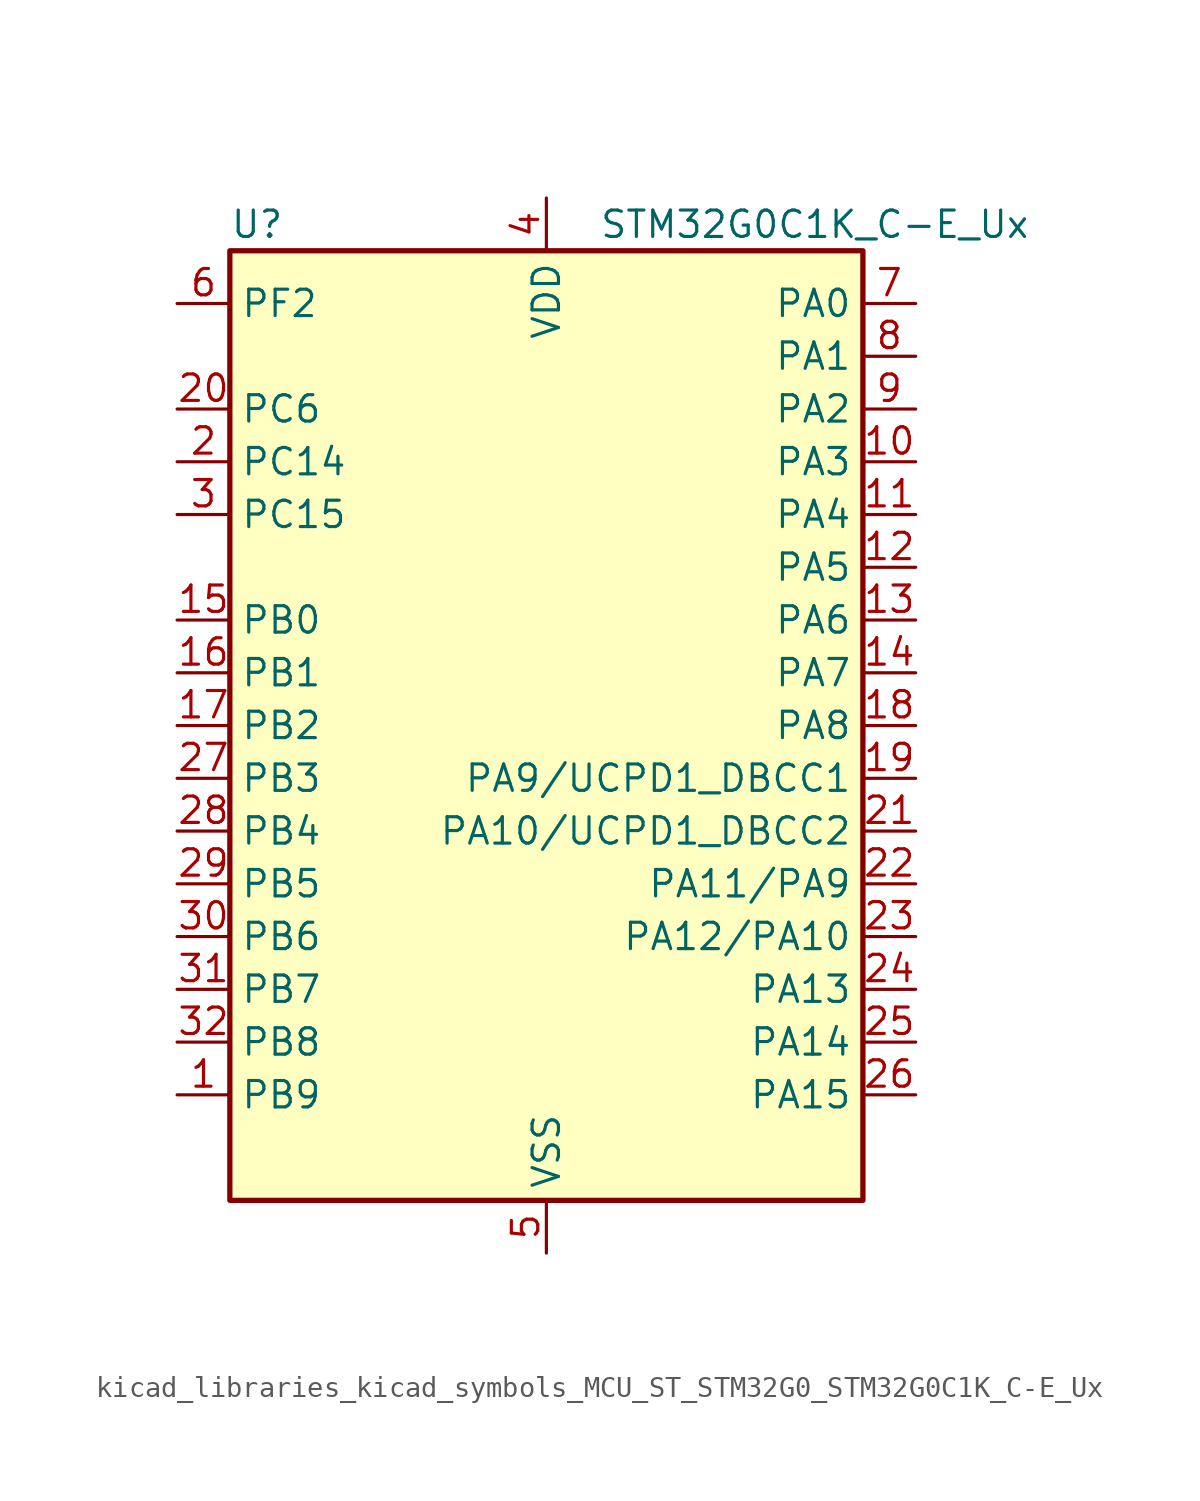
<source format=kicad_sym>
(kicad_symbol_lib
  (version 20220914)
  (generator kicad_symbol_editor)
  (symbol "kicad_libraries_kicad_symbols_MCU_ST_STM32G0_STM32G0C1K_C-E_Ux"
    (property "Reference" "U"
      (at -15.24 24.13 0)
      (effects (font (size 1.27 1.27)) (justify left)))
    (property "Value" "STM32G0C1K_C-E_Ux"
      (at 2.54 24.13 0)
      (effects (font (size 1.27 1.27)) (justify left)))
    (property "ki_locked" ""
      (at 0 0 0)
      (effects (font (size 1.27 1.27))))
    (symbol "kicad_libraries_kicad_symbols_MCU_ST_STM32G0_STM32G0C1K_C-E_Ux_0_1"
      (rectangle (start -15.24 -22.86) (end 15.24 22.86) (stroke (width 0.254) (type default)) (fill (type background))))
    (symbol "kicad_libraries_kicad_symbols_MCU_ST_STM32G0_STM32G0C1K_C-E_Ux_1_1"
      (pin bidirectional line (at -17.78 -17.78 0) (length 2.54) (name "PB9" (effects (font (size 1.27 1.27)))) (number "1" (effects (font (size 1.27 1.27)))) (alternate "DAC1_EXTI9" bidirectional line) (alternate "FDCAN1_TX" bidirectional line) (alternate "I2C1_SDA" bidirectional line) (alternate "I2S2_WS" bidirectional line) (alternate "IR_OUT" bidirectional line) (alternate "SPI2_NSS" bidirectional line) (alternate "TIM17_CH1" bidirectional line) (alternate "TIM4_CH4" bidirectional line) (alternate "USART3_RX" bidirectional line) (alternate "USART6_RX" bidirectional line))
      (pin bidirectional line (at 17.78 12.7 180) (length 2.54) (name "PA3" (effects (font (size 1.27 1.27)))) (number "10" (effects (font (size 1.27 1.27)))) (alternate "ADC1_IN3" bidirectional line) (alternate "COMP2_INP" bidirectional line) (alternate "I2S2_MCK" bidirectional line) (alternate "LPUART1_RX" bidirectional line) (alternate "SPI2_MISO" bidirectional line) (alternate "TIM15_CH2" bidirectional line) (alternate "TIM2_CH4" bidirectional line) (alternate "USART2_RX" bidirectional line))
      (pin bidirectional line (at 17.78 10.16 180) (length 2.54) (name "PA4" (effects (font (size 1.27 1.27)))) (number "11" (effects (font (size 1.27 1.27)))) (alternate "ADC1_IN4" bidirectional line) (alternate "DAC1_OUT1" bidirectional line) (alternate "I2S1_WS" bidirectional line) (alternate "I2S2_SD" bidirectional line) (alternate "LPTIM2_OUT" bidirectional line) (alternate "RTC_OUT1" bidirectional line) (alternate "RTC_TAMP_IN1" bidirectional line) (alternate "RTC_TS" bidirectional line) (alternate "SPI1_NSS" bidirectional line) (alternate "SPI2_MOSI" bidirectional line) (alternate "SPI3_NSS" bidirectional line) (alternate "SYS_WKUP2" bidirectional line) (alternate "TIM14_CH1" bidirectional line) (alternate "USART6_TX" bidirectional line) (alternate "USB_NOE" bidirectional line))
      (pin bidirectional line (at 17.78 7.62 180) (length 2.54) (name "PA5" (effects (font (size 1.27 1.27)))) (number "12" (effects (font (size 1.27 1.27)))) (alternate "ADC1_IN5" bidirectional line) (alternate "CEC" bidirectional line) (alternate "DAC1_OUT2" bidirectional line) (alternate "I2S1_CK" bidirectional line) (alternate "LPTIM2_ETR" bidirectional line) (alternate "SPI1_SCK" bidirectional line) (alternate "TIM2_CH1" bidirectional line) (alternate "TIM2_ETR" bidirectional line) (alternate "UCPD1_FRSTX1" bidirectional line) (alternate "UCPD1_FRSTX2" bidirectional line) (alternate "USART3_TX" bidirectional line) (alternate "USART6_RX" bidirectional line))
      (pin bidirectional line (at 17.78 5.08 180) (length 2.54) (name "PA6" (effects (font (size 1.27 1.27)))) (number "13" (effects (font (size 1.27 1.27)))) (alternate "ADC1_IN6" bidirectional line) (alternate "COMP1_OUT" bidirectional line) (alternate "I2C2_SDA" bidirectional line) (alternate "I2C3_SDA" bidirectional line) (alternate "I2S1_MCK" bidirectional line) (alternate "LPUART1_CTS" bidirectional line) (alternate "SPI1_MISO" bidirectional line) (alternate "TIM16_CH1" bidirectional line) (alternate "TIM1_BK" bidirectional line) (alternate "TIM3_CH1" bidirectional line) (alternate "USART3_CTS" bidirectional line) (alternate "USART3_NSS" bidirectional line) (alternate "USART6_CTS" bidirectional line) (alternate "USART6_NSS" bidirectional line))
      (pin bidirectional line (at 17.78 2.54 180) (length 2.54) (name "PA7" (effects (font (size 1.27 1.27)))) (number "14" (effects (font (size 1.27 1.27)))) (alternate "ADC1_IN7" bidirectional line) (alternate "COMP2_OUT" bidirectional line) (alternate "I2C2_SCL" bidirectional line) (alternate "I2C3_SCL" bidirectional line) (alternate "I2S1_SD" bidirectional line) (alternate "SPI1_MOSI" bidirectional line) (alternate "TIM14_CH1" bidirectional line) (alternate "TIM17_CH1" bidirectional line) (alternate "TIM1_CH1N" bidirectional line) (alternate "TIM3_CH2" bidirectional line) (alternate "UCPD1_FRSTX1" bidirectional line) (alternate "UCPD1_FRSTX2" bidirectional line) (alternate "USART6_CK" bidirectional line) (alternate "USART6_DE" bidirectional line) (alternate "USART6_RTS" bidirectional line))
      (pin bidirectional line (at -17.78 5.08 0) (length 2.54) (name "PB0" (effects (font (size 1.27 1.27)))) (number "15" (effects (font (size 1.27 1.27)))) (alternate "ADC1_IN8" bidirectional line) (alternate "COMP1_OUT" bidirectional line) (alternate "COMP3_INP" bidirectional line) (alternate "FDCAN2_RX" bidirectional line) (alternate "I2S1_WS" bidirectional line) (alternate "LPTIM1_OUT" bidirectional line) (alternate "LPUART2_CTS" bidirectional line) (alternate "SPI1_NSS" bidirectional line) (alternate "TIM1_CH2N" bidirectional line) (alternate "TIM3_CH3" bidirectional line) (alternate "UCPD1_FRSTX1" bidirectional line) (alternate "UCPD1_FRSTX2" bidirectional line) (alternate "USART3_RX" bidirectional line) (alternate "USART5_TX" bidirectional line))
      (pin bidirectional line (at -17.78 2.54 0) (length 2.54) (name "PB1" (effects (font (size 1.27 1.27)))) (number "16" (effects (font (size 1.27 1.27)))) (alternate "ADC1_IN9" bidirectional line) (alternate "COMP1_INM" bidirectional line) (alternate "COMP3_OUT" bidirectional line) (alternate "FDCAN2_TX" bidirectional line) (alternate "LPTIM2_IN1" bidirectional line) (alternate "LPUART1_DE" bidirectional line) (alternate "LPUART1_RTS" bidirectional line) (alternate "LPUART2_DE" bidirectional line) (alternate "LPUART2_RTS" bidirectional line) (alternate "TIM14_CH1" bidirectional line) (alternate "TIM1_CH3N" bidirectional line) (alternate "TIM3_CH4" bidirectional line) (alternate "USART3_CK" bidirectional line) (alternate "USART3_DE" bidirectional line) (alternate "USART3_RTS" bidirectional line) (alternate "USART5_RX" bidirectional line))
      (pin bidirectional line (at -17.78 0 0) (length 2.54) (name "PB2" (effects (font (size 1.27 1.27)))) (number "17" (effects (font (size 1.27 1.27)))) (alternate "ADC1_IN10" bidirectional line) (alternate "COMP1_INP" bidirectional line) (alternate "COMP3_INM" bidirectional line) (alternate "I2S2_MCK" bidirectional line) (alternate "LPTIM1_OUT" bidirectional line) (alternate "RCC_MCO_2" bidirectional line) (alternate "SPI2_MISO" bidirectional line) (alternate "USART3_TX" bidirectional line))
      (pin bidirectional line (at 17.78 0 180) (length 2.54) (name "PA8" (effects (font (size 1.27 1.27)))) (number "18" (effects (font (size 1.27 1.27)))) (alternate "CRS1_SYNC" bidirectional line) (alternate "I2C2_SMBA" bidirectional line) (alternate "I2S2_WS" bidirectional line) (alternate "LPTIM2_OUT" bidirectional line) (alternate "RCC_MCO" bidirectional line) (alternate "SPI2_NSS" bidirectional line) (alternate "TIM1_CH1" bidirectional line) (alternate "UCPD1_CC1" bidirectional line))
      (pin bidirectional line (at 17.78 -2.54 180) (length 2.54) (name "PA9/UCPD1_DBCC1" (effects (font (size 1.27 1.27)))) (number "19" (effects (font (size 1.27 1.27)))) (alternate "DAC1_EXTI9" bidirectional line) (alternate "I2C1_SCL" bidirectional line) (alternate "I2C2_SCL" bidirectional line) (alternate "I2S2_MCK" bidirectional line) (alternate "RCC_MCO" bidirectional line) (alternate "SPI2_MISO" bidirectional line) (alternate "TIM15_BK" bidirectional line) (alternate "TIM1_CH2" bidirectional line) (alternate "UCPD1_DBCC1" bidirectional line) (alternate "USART1_TX" bidirectional line))
      (pin bidirectional line (at -17.78 12.7 0) (length 2.54) (name "PC14" (effects (font (size 1.27 1.27)))) (number "2" (effects (font (size 1.27 1.27)))) (alternate "RCC_OSC32_IN" bidirectional line) (alternate "RCC_OSC_IN" bidirectional line) (alternate "TIM1_BK2" bidirectional line))
      (pin bidirectional line (at -17.78 15.24 0) (length 2.54) (name "PC6" (effects (font (size 1.27 1.27)))) (number "20" (effects (font (size 1.27 1.27)))) (alternate "LPUART2_TX" bidirectional line) (alternate "TIM2_CH3" bidirectional line) (alternate "TIM3_CH1" bidirectional line) (alternate "UCPD1_FRSTX1" bidirectional line) (alternate "UCPD1_FRSTX2" bidirectional line))
      (pin bidirectional line (at 17.78 -5.08 180) (length 2.54) (name "PA10/UCPD1_DBCC2" (effects (font (size 1.27 1.27)))) (number "21" (effects (font (size 1.27 1.27)))) (alternate "I2C1_SDA" bidirectional line) (alternate "I2C2_SDA" bidirectional line) (alternate "I2S2_SD" bidirectional line) (alternate "RCC_MCO_2" bidirectional line) (alternate "SPI2_MOSI" bidirectional line) (alternate "TIM17_BK" bidirectional line) (alternate "TIM1_CH3" bidirectional line) (alternate "UCPD1_DBCC2" bidirectional line) (alternate "USART1_RX" bidirectional line))
      (pin bidirectional line (at 17.78 -7.62 180) (length 2.54) (name "PA11/PA9" (effects (font (size 1.27 1.27)))) (number "22" (effects (font (size 1.27 1.27)))) (alternate "ADC1_EXTI11" bidirectional line) (alternate "COMP1_OUT" bidirectional line) (alternate "FDCAN1_RX" bidirectional line) (alternate "I2C2_SCL" bidirectional line) (alternate "I2S1_MCK" bidirectional line) (alternate "SPI1_MISO" bidirectional line) (alternate "TIM1_BK2" bidirectional line) (alternate "TIM1_CH4" bidirectional line) (alternate "USART1_CTS" bidirectional line) (alternate "USART1_NSS" bidirectional line) (alternate "USB_DM" bidirectional line))
      (pin bidirectional line (at 17.78 -10.16 180) (length 2.54) (name "PA12/PA10" (effects (font (size 1.27 1.27)))) (number "23" (effects (font (size 1.27 1.27)))) (alternate "COMP2_OUT" bidirectional line) (alternate "FDCAN1_TX" bidirectional line) (alternate "I2C2_SDA" bidirectional line) (alternate "I2S1_SD" bidirectional line) (alternate "I2S_CKIN" bidirectional line) (alternate "SPI1_MOSI" bidirectional line) (alternate "TIM1_ETR" bidirectional line) (alternate "USART1_CK" bidirectional line) (alternate "USART1_DE" bidirectional line) (alternate "USART1_RTS" bidirectional line) (alternate "USB_DP" bidirectional line))
      (pin bidirectional line (at 17.78 -12.7 180) (length 2.54) (name "PA13" (effects (font (size 1.27 1.27)))) (number "24" (effects (font (size 1.27 1.27)))) (alternate "IR_OUT" bidirectional line) (alternate "LPUART2_RX" bidirectional line) (alternate "SYS_SWDIO" bidirectional line) (alternate "USB_NOE" bidirectional line))
      (pin bidirectional line (at 17.78 -15.24 180) (length 2.54) (name "PA14" (effects (font (size 1.27 1.27)))) (number "25" (effects (font (size 1.27 1.27)))) (alternate "LPUART2_TX" bidirectional line) (alternate "SYS_SWCLK" bidirectional line) (alternate "USART2_TX" bidirectional line))
      (pin bidirectional line (at 17.78 -17.78 180) (length 2.54) (name "PA15" (effects (font (size 1.27 1.27)))) (number "26" (effects (font (size 1.27 1.27)))) (alternate "I2C2_SMBA" bidirectional line) (alternate "I2S1_WS" bidirectional line) (alternate "RCC_MCO_2" bidirectional line) (alternate "SPI1_NSS" bidirectional line) (alternate "SPI3_NSS" bidirectional line) (alternate "TIM2_CH1" bidirectional line) (alternate "TIM2_ETR" bidirectional line) (alternate "USART2_RX" bidirectional line) (alternate "USART3_CK" bidirectional line) (alternate "USART3_DE" bidirectional line) (alternate "USART3_RTS" bidirectional line) (alternate "USART4_CK" bidirectional line) (alternate "USART4_DE" bidirectional line) (alternate "USART4_RTS" bidirectional line) (alternate "USB_NOE" bidirectional line))
      (pin bidirectional line (at -17.78 -2.54 0) (length 2.54) (name "PB3" (effects (font (size 1.27 1.27)))) (number "27" (effects (font (size 1.27 1.27)))) (alternate "COMP2_INM" bidirectional line) (alternate "I2C2_SCL" bidirectional line) (alternate "I2C3_SCL" bidirectional line) (alternate "I2S1_CK" bidirectional line) (alternate "SPI1_SCK" bidirectional line) (alternate "SPI3_SCK" bidirectional line) (alternate "TIM1_CH2" bidirectional line) (alternate "TIM2_CH2" bidirectional line) (alternate "USART1_CK" bidirectional line) (alternate "USART1_DE" bidirectional line) (alternate "USART1_RTS" bidirectional line) (alternate "USART5_TX" bidirectional line))
      (pin bidirectional line (at -17.78 -5.08 0) (length 2.54) (name "PB4" (effects (font (size 1.27 1.27)))) (number "28" (effects (font (size 1.27 1.27)))) (alternate "COMP2_INP" bidirectional line) (alternate "I2C2_SDA" bidirectional line) (alternate "I2C3_SDA" bidirectional line) (alternate "I2S1_MCK" bidirectional line) (alternate "SPI1_MISO" bidirectional line) (alternate "SPI3_MISO" bidirectional line) (alternate "TIM17_BK" bidirectional line) (alternate "TIM3_CH1" bidirectional line) (alternate "USART1_CTS" bidirectional line) (alternate "USART1_NSS" bidirectional line) (alternate "USART5_RX" bidirectional line))
      (pin bidirectional line (at -17.78 -7.62 0) (length 2.54) (name "PB5" (effects (font (size 1.27 1.27)))) (number "29" (effects (font (size 1.27 1.27)))) (alternate "COMP2_OUT" bidirectional line) (alternate "FDCAN2_RX" bidirectional line) (alternate "I2C1_SMBA" bidirectional line) (alternate "I2S1_SD" bidirectional line) (alternate "LPTIM1_IN1" bidirectional line) (alternate "SPI1_MOSI" bidirectional line) (alternate "SPI3_MOSI" bidirectional line) (alternate "SYS_WKUP6" bidirectional line) (alternate "TIM16_BK" bidirectional line) (alternate "TIM3_CH2" bidirectional line) (alternate "USART5_CK" bidirectional line) (alternate "USART5_DE" bidirectional line) (alternate "USART5_RTS" bidirectional line))
      (pin bidirectional line (at -17.78 10.16 0) (length 2.54) (name "PC15" (effects (font (size 1.27 1.27)))) (number "3" (effects (font (size 1.27 1.27)))) (alternate "RCC_OSC32_EN" bidirectional line) (alternate "RCC_OSC32_OUT" bidirectional line) (alternate "RCC_OSC_EN" bidirectional line) (alternate "TIM15_BK" bidirectional line))
      (pin bidirectional line (at -17.78 -10.16 0) (length 2.54) (name "PB6" (effects (font (size 1.27 1.27)))) (number "30" (effects (font (size 1.27 1.27)))) (alternate "COMP2_INP" bidirectional line) (alternate "FDCAN2_TX" bidirectional line) (alternate "I2C1_SCL" bidirectional line) (alternate "I2S2_MCK" bidirectional line) (alternate "LPTIM1_ETR" bidirectional line) (alternate "LPUART2_TX" bidirectional line) (alternate "SPI2_MISO" bidirectional line) (alternate "TIM16_CH1N" bidirectional line) (alternate "TIM1_CH3" bidirectional line) (alternate "TIM4_CH1" bidirectional line) (alternate "USART1_TX" bidirectional line) (alternate "USART5_CTS" bidirectional line) (alternate "USART5_NSS" bidirectional line))
      (pin bidirectional line (at -17.78 -12.7 0) (length 2.54) (name "PB7" (effects (font (size 1.27 1.27)))) (number "31" (effects (font (size 1.27 1.27)))) (alternate "COMP2_INM" bidirectional line) (alternate "I2C1_SDA" bidirectional line) (alternate "I2S2_SD" bidirectional line) (alternate "LPTIM1_IN2" bidirectional line) (alternate "LPUART2_RX" bidirectional line) (alternate "SPI2_MOSI" bidirectional line) (alternate "SYS_PVD_IN" bidirectional line) (alternate "TIM17_CH1N" bidirectional line) (alternate "TIM4_CH2" bidirectional line) (alternate "USART1_RX" bidirectional line) (alternate "USART4_CTS" bidirectional line) (alternate "USART4_NSS" bidirectional line))
      (pin bidirectional line (at -17.78 -15.24 0) (length 2.54) (name "PB8" (effects (font (size 1.27 1.27)))) (number "32" (effects (font (size 1.27 1.27)))) (alternate "CEC" bidirectional line) (alternate "FDCAN1_RX" bidirectional line) (alternate "I2C1_SCL" bidirectional line) (alternate "I2S2_CK" bidirectional line) (alternate "SPI2_SCK" bidirectional line) (alternate "TIM15_BK" bidirectional line) (alternate "TIM16_CH1" bidirectional line) (alternate "TIM4_CH3" bidirectional line) (alternate "USART3_TX" bidirectional line) (alternate "USART6_TX" bidirectional line))
      (pin passive line (at 0 -25.4 90) (length 2.54) hide (name "VSS" (effects (font (size 1.27 1.27)))) (number "33" (effects (font (size 1.27 1.27)))))
      (pin power_in line (at 0 25.4 270) (length 2.54) (name "VDD" (effects (font (size 1.27 1.27)))) (number "4" (effects (font (size 1.27 1.27)))))
      (pin power_in line (at 0 -25.4 90) (length 2.54) (name "VSS" (effects (font (size 1.27 1.27)))) (number "5" (effects (font (size 1.27 1.27)))))
      (pin bidirectional line (at -17.78 20.32 0) (length 2.54) (name "PF2" (effects (font (size 1.27 1.27)))) (number "6" (effects (font (size 1.27 1.27)))) (alternate "LPUART2_DE" bidirectional line) (alternate "LPUART2_RTS" bidirectional line) (alternate "LPUART2_TX" bidirectional line) (alternate "RCC_MCO" bidirectional line))
      (pin bidirectional line (at 17.78 20.32 180) (length 2.54) (name "PA0" (effects (font (size 1.27 1.27)))) (number "7" (effects (font (size 1.27 1.27)))) (alternate "ADC1_IN0" bidirectional line) (alternate "COMP1_INM" bidirectional line) (alternate "COMP1_OUT" bidirectional line) (alternate "I2S2_CK" bidirectional line) (alternate "LPTIM1_OUT" bidirectional line) (alternate "RTC_TAMP_IN2" bidirectional line) (alternate "SPI2_SCK" bidirectional line) (alternate "SYS_WKUP1" bidirectional line) (alternate "TIM2_CH1" bidirectional line) (alternate "TIM2_ETR" bidirectional line) (alternate "USART2_CTS" bidirectional line) (alternate "USART2_NSS" bidirectional line) (alternate "USART4_TX" bidirectional line))
      (pin bidirectional line (at 17.78 17.78 180) (length 2.54) (name "PA1" (effects (font (size 1.27 1.27)))) (number "8" (effects (font (size 1.27 1.27)))) (alternate "ADC1_IN1" bidirectional line) (alternate "COMP1_INP" bidirectional line) (alternate "I2C1_SMBA" bidirectional line) (alternate "I2S1_CK" bidirectional line) (alternate "SPI1_SCK" bidirectional line) (alternate "TIM15_CH1N" bidirectional line) (alternate "TIM2_CH2" bidirectional line) (alternate "USART2_CK" bidirectional line) (alternate "USART2_DE" bidirectional line) (alternate "USART2_RTS" bidirectional line) (alternate "USART4_RX" bidirectional line))
      (pin bidirectional line (at 17.78 15.24 180) (length 2.54) (name "PA2" (effects (font (size 1.27 1.27)))) (number "9" (effects (font (size 1.27 1.27)))) (alternate "ADC1_IN2" bidirectional line) (alternate "COMP2_INM" bidirectional line) (alternate "COMP2_OUT" bidirectional line) (alternate "I2S1_SD" bidirectional line) (alternate "LPUART1_TX" bidirectional line) (alternate "RCC_LSCO" bidirectional line) (alternate "SPI1_MOSI" bidirectional line) (alternate "SYS_WKUP4" bidirectional line) (alternate "TIM15_CH1" bidirectional line) (alternate "TIM2_CH3" bidirectional line) (alternate "UCPD1_FRSTX1" bidirectional line) (alternate "UCPD1_FRSTX2" bidirectional line) (alternate "USART2_TX" bidirectional line)))))
</source>
